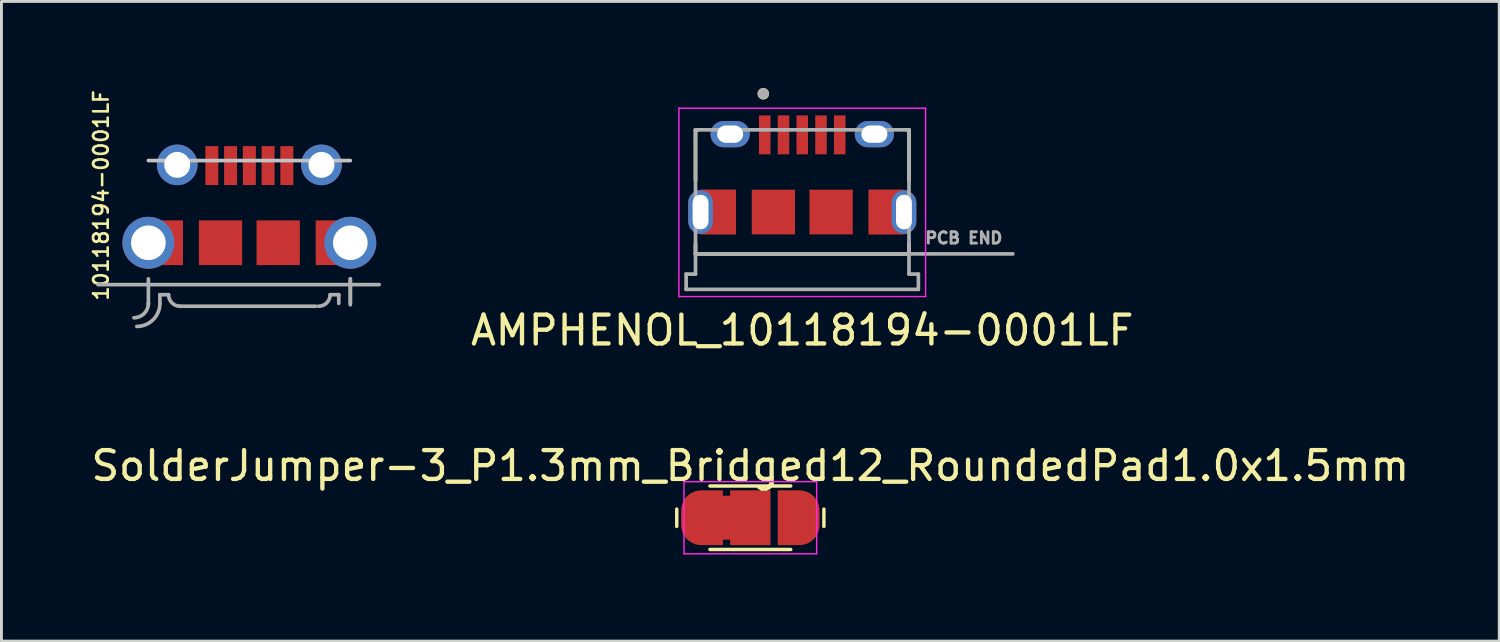
<source format=kicad_pcb>
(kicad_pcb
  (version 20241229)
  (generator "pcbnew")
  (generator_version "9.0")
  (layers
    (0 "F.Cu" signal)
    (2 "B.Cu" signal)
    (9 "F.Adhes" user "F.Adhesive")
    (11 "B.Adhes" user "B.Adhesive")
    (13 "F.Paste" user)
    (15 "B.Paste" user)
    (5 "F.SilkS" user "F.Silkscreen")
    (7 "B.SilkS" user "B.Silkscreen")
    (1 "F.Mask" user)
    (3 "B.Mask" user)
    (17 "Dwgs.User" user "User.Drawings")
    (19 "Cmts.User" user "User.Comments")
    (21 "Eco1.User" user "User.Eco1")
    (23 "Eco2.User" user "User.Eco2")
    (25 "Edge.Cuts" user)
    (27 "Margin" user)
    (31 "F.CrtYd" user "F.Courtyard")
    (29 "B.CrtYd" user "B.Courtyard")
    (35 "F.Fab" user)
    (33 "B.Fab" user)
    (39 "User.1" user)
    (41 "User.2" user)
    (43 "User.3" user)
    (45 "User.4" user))
  (footprint "SolderJumper-3_P1.3mm_Bridged12_RoundedPad1.0x1.5mm"
    (layer "F.Cu")
    (at 22.958 14.896)
    (property "Reference" "SolderJumper-3_P1.3mm_Bridged12_RoundedPad1.0x1.5mm" (at 0 -1.8 0) (layer "F.SilkS") (effects (font (size 1 1) (thickness 0.15))))
    (attr exclude_from_pos_files exclude_from_bom)
    (fp_rect (start -1.092 0.762) (end -0.4 -0.762) (stroke (width 0) (type solid)) (fill yes) (layer "F.Cu"))
    (fp_line (start -2.55 0.3) (end -2.55 -0.3) (stroke (width 0.12) (type solid)) (layer "F.SilkS"))
    (fp_line (start -1.4 -1.1) (end 1.4 -1.1) (stroke (width 0.12) (type solid)) (layer "F.SilkS"))
    (fp_line (start 1.4 1.1) (end -1.4 1.1) (stroke (width 0.12) (type solid)) (layer "F.SilkS"))
    (fp_line (start 2.55 -0.3) (end 2.55 0.3) (stroke (width 0.12) (type solid)) (layer "F.SilkS"))
    (fp_line (start -2.3 -1.25) (end -2.3 1.25) (stroke (width 0.05) (type solid)) (layer "F.CrtYd"))
    (fp_line (start -2.3 -1.25) (end 2.3 -1.25) (stroke (width 0.05) (type solid)) (layer "F.CrtYd"))
    (fp_line (start 2.3 1.25) (end -2.3 1.25) (stroke (width 0.05) (type solid)) (layer "F.CrtYd"))
    (fp_line (start 2.3 1.25) (end 2.3 -1.25) (stroke (width 0.05) (type solid)) (layer "F.CrtYd"))
    (pad "1" smd custom (at -1.7 0) (size 1.4 0.5) (layers "F.Cu" "F.Mask") (options (anchor rect)) (primitives (gr_circle (center 0 0.25) (end 0.7 0.25) (width 0) (fill yes)) (gr_circle (center 0 -0.25) (end 0.7 -0.25) (width 0) (fill yes)) (gr_poly (pts (xy 0.75 -0.95) (xy 0 -0.95) (xy 0 0.95) (xy 0.75 0.95)) (width 0) (fill yes))))
    (pad "2" smd custom (at 0 0) (size 1.4 1.9) (layers "F.Cu" "F.Mask") (options (anchor rect)) (primitives))
    (pad "3" smd custom (at 1.7 0) (size 1.4 0.5) (layers "F.Cu" "F.Mask") (options (anchor rect)) (primitives (gr_circle (center 0 0.25) (end 0.7 0.25) (width 0) (fill yes)) (gr_circle (center 0 -0.25) (end 0.7 -0.25) (width 0) (fill yes)) (gr_poly (pts (xy -0.75 -0.95) (xy 0 -0.95) (xy 0 0.95) (xy -0.75 0.95)) (width 0) (fill yes)))))
  (footprint "AMPHENOL_10118194-0001LF"
    (layer "F.Cu")
    (at 24.758 4.3)
    (property "Reference" "AMPHENOL_10118194-0001LF" (at 0 4.1 0) (layer "F.SilkS") (effects (font (size 1 1) (thickness 0.15))))
    (attr smd)
    (fp_poly (pts (xy -2.2 0.875) (xy -3.545 0.875) (xy -3.571 0.874) (xy -3.597 0.872) (xy -3.623 0.869) (xy -3.649 0.864) (xy -3.674 0.858) (xy -3.7 0.851) (xy -3.724 0.842) (xy -3.748 0.832) (xy -3.772 0.821) (xy -3.795 0.808) (xy -3.817 0.794) (xy -3.839 0.78) (xy -3.86 0.764) (xy -3.88 0.747) (xy -3.899 0.729) (xy -3.917 0.71) (xy -3.934 0.69) (xy -3.95 0.669) (xy -3.964 0.647) (xy -3.978 0.625) (xy -3.991 0.602) (xy -4.002 0.578) (xy -4.012 0.554) (xy -4.021 0.53) (xy -4.028 0.504) (xy -4.034 0.479) (xy -4.039 0.453) (xy -4.042 0.427) (xy -4.044 0.401) (xy -4.045 0.375) (xy -4.045 -0.375) (xy -4.044 -0.401) (xy -4.042 -0.427) (xy -4.039 -0.453) (xy -4.034 -0.479) (xy -4.028 -0.504) (xy -4.021 -0.53) (xy -4.012 -0.554) (xy -4.002 -0.578) (xy -3.991 -0.602) (xy -3.978 -0.625) (xy -3.964 -0.647) (xy -3.95 -0.669) (xy -3.934 -0.69) (xy -3.917 -0.71) (xy -3.899 -0.729) (xy -3.88 -0.747) (xy -3.86 -0.764) (xy -3.839 -0.78) (xy -3.817 -0.794) (xy -3.795 -0.808) (xy -3.772 -0.821) (xy -3.748 -0.832) (xy -3.724 -0.842) (xy -3.7 -0.851) (xy -3.674 -0.858) (xy -3.649 -0.864) (xy -3.623 -0.869) (xy -3.597 -0.872) (xy -3.571 -0.874) (xy -3.545 -0.875) (xy -2.2 -0.875) (xy -2.2 0.875)) (stroke (width 0.01) (type solid)) (fill yes) (layer "F.Mask"))
    (fp_poly (pts (xy 2.2 -0.875) (xy 3.545 -0.875) (xy 3.571 -0.874) (xy 3.597 -0.872) (xy 3.623 -0.869) (xy 3.649 -0.864) (xy 3.674 -0.858) (xy 3.7 -0.851) (xy 3.724 -0.842) (xy 3.748 -0.832) (xy 3.772 -0.821) (xy 3.795 -0.808) (xy 3.817 -0.794) (xy 3.839 -0.78) (xy 3.86 -0.764) (xy 3.88 -0.747) (xy 3.899 -0.729) (xy 3.917 -0.71) (xy 3.934 -0.69) (xy 3.95 -0.669) (xy 3.964 -0.647) (xy 3.978 -0.625) (xy 3.991 -0.602) (xy 4.002 -0.578) (xy 4.012 -0.554) (xy 4.021 -0.53) (xy 4.028 -0.504) (xy 4.034 -0.479) (xy 4.039 -0.453) (xy 4.042 -0.427) (xy 4.044 -0.401) (xy 4.045 -0.375) (xy 4.045 0.375) (xy 4.044 0.401) (xy 4.042 0.427) (xy 4.039 0.453) (xy 4.034 0.479) (xy 4.028 0.504) (xy 4.021 0.53) (xy 4.012 0.554) (xy 4.002 0.578) (xy 3.991 0.602) (xy 3.978 0.625) (xy 3.964 0.647) (xy 3.95 0.669) (xy 3.934 0.69) (xy 3.917 0.71) (xy 3.899 0.729) (xy 3.88 0.747) (xy 3.86 0.764) (xy 3.839 0.78) (xy 3.817 0.794) (xy 3.795 0.808) (xy 3.772 0.821) (xy 3.748 0.832) (xy 3.724 0.842) (xy 3.7 0.851) (xy 3.674 0.858) (xy 3.649 0.864) (xy 3.623 0.869) (xy 3.597 0.872) (xy 3.571 0.874) (xy 3.545 0.875) (xy 2.2 0.875) (xy 2.2 -0.875)) (stroke (width 0.01) (type solid)) (fill yes) (layer "F.Mask"))
    (fp_line (start -3.7 -2.85) (end -3.7 -1.095) (stroke (width 0.127) (type solid)) (layer "F.SilkS"))
    (fp_line (start -3.7 -2.85) (end -3.62 -2.85) (stroke (width 0.127) (type solid)) (layer "F.SilkS"))
    (fp_line (start -3.7 1.45) (end -3.7 1.095) (stroke (width 0.127) (type solid)) (layer "F.SilkS"))
    (fp_line (start -3.7 1.45) (end 3.7 1.45) (stroke (width 0.127) (type solid)) (layer "F.SilkS"))
    (fp_line (start 3.62 -2.85) (end 3.7 -2.85) (stroke (width 0.127) (type solid)) (layer "F.SilkS"))
    (fp_line (start 3.7 -1.095) (end 3.7 -2.85) (stroke (width 0.127) (type solid)) (layer "F.SilkS"))
    (fp_line (start 3.7 1.45) (end 3.7 1.095) (stroke (width 0.127) (type solid)) (layer "F.SilkS"))
    (fp_circle (center -1.35 -4.1) (end -1.25 -4.1) (stroke (width 0.2) (type solid)) (fill no) (layer "F.SilkS"))
    (fp_poly (pts (xy -2.3 -0.775) (xy -2.3 0.775) (xy -3.445 0.775) (xy -3.471 0.774) (xy -3.497 0.772) (xy -3.523 0.769) (xy -3.549 0.764) (xy -3.574 0.758) (xy -3.6 0.751) (xy -3.624 0.742) (xy -3.648 0.732) (xy -3.672 0.721) (xy -3.695 0.708) (xy -3.717 0.694) (xy -3.739 0.68) (xy -3.76 0.664) (xy -3.78 0.647) (xy -3.799 0.629) (xy -3.817 0.61) (xy -3.834 0.59) (xy -3.85 0.569) (xy -3.864 0.547) (xy -3.878 0.525) (xy -3.891 0.502) (xy -3.902 0.478) (xy -3.912 0.454) (xy -3.921 0.43) (xy -3.928 0.404) (xy -3.934 0.379) (xy -3.939 0.353) (xy -3.942 0.327) (xy -3.944 0.301) (xy -3.945 0.275) (xy -3.945 -0.275) (xy -3.944 -0.301) (xy -3.942 -0.327) (xy -3.939 -0.353) (xy -3.934 -0.379) (xy -3.928 -0.404) (xy -3.921 -0.43) (xy -3.912 -0.454) (xy -3.902 -0.478) (xy -3.891 -0.502) (xy -3.878 -0.525) (xy -3.864 -0.547) (xy -3.85 -0.569) (xy -3.834 -0.59) (xy -3.817 -0.61) (xy -3.799 -0.629) (xy -3.78 -0.647) (xy -3.76 -0.664) (xy -3.739 -0.68) (xy -3.717 -0.694) (xy -3.695 -0.708) (xy -3.672 -0.721) (xy -3.648 -0.732) (xy -3.624 -0.742) (xy -3.6 -0.751) (xy -3.574 -0.758) (xy -3.549 -0.764) (xy -3.523 -0.769) (xy -3.497 -0.772) (xy -3.471 -0.774) (xy -3.445 -0.775) (xy -2.3 -0.775)) (stroke (width 0.01) (type solid)) (fill yes) (layer "F.Paste"))
    (fp_line (start -4.275 -3.6) (end -4.275 2.93) (stroke (width 0.05) (type solid)) (layer "F.CrtYd"))
    (fp_line (start -4.275 2.93) (end 4.275 2.93) (stroke (width 0.05) (type solid)) (layer "F.CrtYd"))
    (fp_line (start 4.275 -3.6) (end -4.275 -3.6) (stroke (width 0.05) (type solid)) (layer "F.CrtYd"))
    (fp_line (start 4.275 2.93) (end 4.275 -3.6) (stroke (width 0.05) (type solid)) (layer "F.CrtYd"))
    (fp_line (start -4.025 2.15) (end -4.025 2.68) (stroke (width 0.127) (type solid)) (layer "F.Fab"))
    (fp_line (start -4.025 2.68) (end 4.025 2.68) (stroke (width 0.127) (type solid)) (layer "F.Fab"))
    (fp_line (start -3.7 -2.85) (end -3.7 1.45) (stroke (width 0.127) (type solid)) (layer "F.Fab"))
    (fp_line (start -3.7 -2.85) (end 3.7 -2.85) (stroke (width 0.127) (type solid)) (layer "F.Fab"))
    (fp_line (start -3.7 1.45) (end -3.7 2.15) (stroke (width 0.127) (type solid)) (layer "F.Fab"))
    (fp_line (start -3.7 1.45) (end 3.7 1.45) (stroke (width 0.127) (type solid)) (layer "F.Fab"))
    (fp_line (start -3.7 2.15) (end -4.025 2.15) (stroke (width 0.127) (type solid)) (layer "F.Fab"))
    (fp_line (start 3.7 1.45) (end 3.7 -2.85) (stroke (width 0.127) (type solid)) (layer "F.Fab"))
    (fp_line (start 3.7 1.45) (end 7.3 1.45) (stroke (width 0.127) (type solid)) (layer "F.Fab"))
    (fp_line (start 3.7 2.15) (end 3.7 1.45) (stroke (width 0.127) (type solid)) (layer "F.Fab"))
    (fp_line (start 4.025 2.15) (end 3.7 2.15) (stroke (width 0.127) (type solid)) (layer "F.Fab"))
    (fp_line (start 4.025 2.68) (end 4.025 2.15) (stroke (width 0.127) (type solid)) (layer "F.Fab"))
    (fp_circle (center -1.35 -4.1) (end -1.25 -4.1) (stroke (width 0.2) (type solid)) (fill no) (layer "F.Fab"))
    (fp_text user "PCB END" (at 5.6 0.9 0) (layer "F.Fab") (effects (font (size 0.394 0.394) (thickness 0.15))))
    (pad "1" smd rect (at -1.3 -2.675) (size 0.4 1.35) (layers "F.Cu" "F.Mask" "F.Paste"))
    (pad "2" smd rect (at -0.65 -2.675) (size 0.4 1.35) (layers "F.Cu" "F.Mask" "F.Paste"))
    (pad "3" smd rect (at 0 -2.675) (size 0.4 1.35) (layers "F.Cu" "F.Mask" "F.Paste"))
    (pad "4" smd rect (at 0.65 -2.675) (size 0.4 1.35) (layers "F.Cu" "F.Mask" "F.Paste"))
    (pad "5" smd rect (at 1.3 -2.675) (size 0.4 1.35) (layers "F.Cu" "F.Mask" "F.Paste"))
    (pad "8" thru_hole oval (at -3.525 0) (size 0.855 1.505) (drill oval 0.55 1.2) (layers "*.Cu" "*.Mask"))
    (pad "8" smd custom (at -2.7 -0.08) (size 0.47 0.475) (layers "F.Cu" "F.Mask" "F.Paste") (options (anchor rect)) (primitives (gr_poly (pts (xy 0.4 0.855) (xy 0.4 -0.695) (xy -0.745 -0.695) (xy -0.771 -0.694) (xy -0.797 -0.692) (xy -0.823 -0.689) (xy -0.849 -0.684) (xy -0.874 -0.678) (xy -0.9 -0.671) (xy -0.924 -0.662) (xy -0.948 -0.652) (xy -0.972 -0.641) (xy -0.995 -0.628) (xy -1.017 -0.614) (xy -1.039 -0.6) (xy -1.06 -0.584) (xy -1.08 -0.567) (xy -1.099 -0.549) (xy -1.117 -0.53) (xy -1.134 -0.51) (xy -1.15 -0.489) (xy -1.164 -0.467) (xy -1.178 -0.445) (xy -1.191 -0.422) (xy -1.202 -0.398) (xy -1.212 -0.374) (xy -1.221 -0.35) (xy -1.228 -0.324) (xy -1.234 -0.299) (xy -1.239 -0.273) (xy -1.242 -0.247) (xy -1.244 -0.221) (xy -1.245 -0.195) (xy -1.245 0.355) (xy -1.244 0.381) (xy -1.242 0.407) (xy -1.239 0.433) (xy -1.234 0.459) (xy -1.228 0.484) (xy -1.221 0.51) (xy -1.212 0.534) (xy -1.202 0.558) (xy -1.191 0.582) (xy -1.178 0.605) (xy -1.164 0.627) (xy -1.15 0.649) (xy -1.134 0.67) (xy -1.117 0.69) (xy -1.099 0.709) (xy -1.08 0.727) (xy -1.06 0.744) (xy -1.039 0.76) (xy -1.017 0.774) (xy -0.995 0.788) (xy -0.972 0.801) (xy -0.948 0.812) (xy -0.924 0.822) (xy -0.9 0.831) (xy -0.874 0.838) (xy -0.849 0.844) (xy -0.823 0.849) (xy -0.797 0.852) (xy -0.771 0.854) (xy -0.745 0.855) (xy 0.4 0.855)) (width 0.01) (fill yes))))
    (pad "8" thru_hole oval (at -2.5 -2.7) (size 1.359 0.907) (drill oval 0.9 0.6) (layers "*.Cu" "*.Mask"))
    (pad "8" smd rect (at -1 0) (size 1.5 1.55) (layers "F.Cu" "F.Mask" "F.Paste"))
    (pad "9" smd rect (at 1 0) (size 1.5 1.55) (layers "F.Cu" "F.Mask" "F.Paste"))
    (pad "9" thru_hole oval (at 2.5 -2.7) (size 1.359 0.907) (drill oval 0.9 0.6) (layers "*.Cu" "*.Mask"))
    (pad "9" smd custom (at 2.69 0.02) (size 0.535 0.573) (layers "F.Cu" "F.Mask" "F.Paste") (options (anchor rect)) (primitives (gr_poly (pts (xy -0.39 -0.795) (xy -0.39 0.755) (xy 0.755 0.755) (xy 0.781 0.754) (xy 0.807 0.752) (xy 0.833 0.749) (xy 0.859 0.744) (xy 0.884 0.738) (xy 0.91 0.731) (xy 0.934 0.722) (xy 0.958 0.712) (xy 0.982 0.701) (xy 1.005 0.688) (xy 1.027 0.674) (xy 1.049 0.66) (xy 1.07 0.644) (xy 1.09 0.627) (xy 1.109 0.609) (xy 1.127 0.59) (xy 1.144 0.57) (xy 1.16 0.549) (xy 1.174 0.527) (xy 1.188 0.505) (xy 1.201 0.482) (xy 1.212 0.458) (xy 1.222 0.434) (xy 1.231 0.41) (xy 1.238 0.384) (xy 1.244 0.359) (xy 1.249 0.333) (xy 1.252 0.307) (xy 1.254 0.281) (xy 1.255 0.255) (xy 1.255 -0.295) (xy 1.254 -0.321) (xy 1.252 -0.347) (xy 1.249 -0.373) (xy 1.244 -0.399) (xy 1.238 -0.424) (xy 1.231 -0.45) (xy 1.222 -0.474) (xy 1.212 -0.498) (xy 1.201 -0.522) (xy 1.188 -0.545) (xy 1.174 -0.567) (xy 1.16 -0.589) (xy 1.144 -0.61) (xy 1.127 -0.63) (xy 1.109 -0.649) (xy 1.09 -0.667) (xy 1.07 -0.684) (xy 1.049 -0.7) (xy 1.027 -0.714) (xy 1.005 -0.728) (xy 0.982 -0.741) (xy 0.958 -0.752) (xy 0.934 -0.762) (xy 0.91 -0.771) (xy 0.884 -0.778) (xy 0.859 -0.784) (xy 0.833 -0.789) (xy 0.807 -0.792) (xy 0.781 -0.794) (xy 0.755 -0.795) (xy -0.39 -0.795)) (width 0.01) (fill yes))))
    (pad "9" thru_hole oval (at 3.525 0) (size 0.855 1.505) (drill oval 0.55 1.2) (layers "*.Cu" "*.Mask")))
  (footprint "10118194-0001LF"
    (layer "F.Cu")
    (at 5.593 5.365)
    (property "Reference" "10118194-0001LF" (at -5.14 -1.642 90) (layer "F.SilkS") (effects (font (size 0.508 0.508) (thickness 0.089))))
    (attr smd)
    (fp_line (start -3.5 -2.85) (end 3.5 -2.85) (stroke (width 0.127) (type solid)) (layer "Dwgs.User"))
    (fp_line (start -5.25 1.45) (end 4.5 1.45) (stroke (width 0.127) (type solid)) (layer "F.Fab"))
    (fp_line (start -3.5 1.25) (end -3.5 2.1) (stroke (width 0.127) (type solid)) (layer "F.Fab"))
    (fp_line (start -3.5 2.1) (end -3.5 2.15) (stroke (width 0.127) (type solid)) (layer "F.Fab"))
    (fp_line (start -3.1 1.8) (end -2.8 1.8) (stroke (width 0.127) (type solid)) (layer "F.Fab"))
    (fp_line (start -3.1 2.1) (end -3.1 1.8) (stroke (width 0.127) (type solid)) (layer "F.Fab"))
    (fp_line (start -2.4 2.2) (end 2.3 2.2) (stroke (width 0.127) (type solid)) (layer "F.Fab"))
    (fp_line (start 3.1 1.8) (end 2.8 1.8) (stroke (width 0.127) (type solid)) (layer "F.Fab"))
    (fp_line (start 3.1 2.1) (end 3.1 1.8) (stroke (width 0.127) (type solid)) (layer "F.Fab"))
    (fp_line (start 3.5 1.25) (end 3.5 2.1) (stroke (width 0.127) (type solid)) (layer "F.Fab"))
    (fp_line (start 3.5 1.25) (end 3.5 2.15) (stroke (width 0.127) (type solid)) (layer "F.Fab"))
    (fp_arc (start -3.5 2.1) (mid -3.646447 2.453553) (end -4 2.6) (stroke (width 0.127) (type solid)) (layer "F.Fab"))
    (fp_arc (start -3.1 2.1) (mid -3.334315 2.665685) (end -3.9 2.9) (stroke (width 0.127) (type solid)) (layer "F.Fab"))
    (fp_arc (start -2.4 2.2) (mid -2.682843 2.082843) (end -2.8 1.8) (stroke (width 0.127) (type solid)) (layer "F.Fab"))
    (fp_arc (start 2.8 1.8) (mid 2.682843 2.082843) (end 2.4 2.2) (stroke (width 0.127) (type solid)) (layer "F.Fab"))
    (pad "1" smd rect (at -1.3 -2.675 180) (size 0.45 1.35) (layers "F.Cu" "F.Mask" "F.Paste"))
    (pad "2" smd rect (at -0.65 -2.675 180) (size 0.45 1.35) (layers "F.Cu" "F.Mask" "F.Paste"))
    (pad "3" smd rect (at 0 -2.675 180) (size 0.45 1.35) (layers "F.Cu" "F.Mask" "F.Paste"))
    (pad "4" smd rect (at 0.65 -2.675 180) (size 0.45 1.35) (layers "F.Cu" "F.Mask" "F.Paste"))
    (pad "5" smd rect (at 1.3 -2.675 180) (size 0.45 1.35) (layers "F.Cu" "F.Mask" "F.Paste"))
    (pad "6" thru_hole circle (at -2.5 -2.7) (size 1.408 1.408) (drill 0.9) (layers "*.Cu" "*.Mask"))
    (pad "7" thru_hole circle (at 2.5 -2.7) (size 1.408 1.408) (drill 0.9) (layers "*.Cu" "*.Mask"))
    (pad "8" thru_hole circle (at -3.5 0) (size 1.8 1.8) (drill 1.2) (layers "*.Cu" "*.Mask"))
    (pad "9" thru_hole circle (at 3.5 0) (size 1.8 1.8) (drill 1.2) (layers "*.Cu" "*.Mask"))
    (pad "10" smd rect (at -1 0) (size 1.5 1.55) (layers "F.Cu" "F.Mask" "F.Paste"))
    (pad "11" smd rect (at 1 0) (size 1.5 1.55) (layers "F.Cu" "F.Mask" "F.Paste"))
    (pad "12" smd rect (at -3.05 0) (size 1.5 1.55) (layers "F.Cu" "F.Mask" "F.Paste"))
    (pad "13" smd rect (at 3.05 0) (size 1.5 1.55) (layers "F.Cu" "F.Mask" "F.Paste")))
  (gr_rect
    (start -3 -3)
    (end 48.917 19.172)
    (stroke (width 0.1) (type default))
    (fill no)
    (layer "Edge.Cuts")))
</source>
